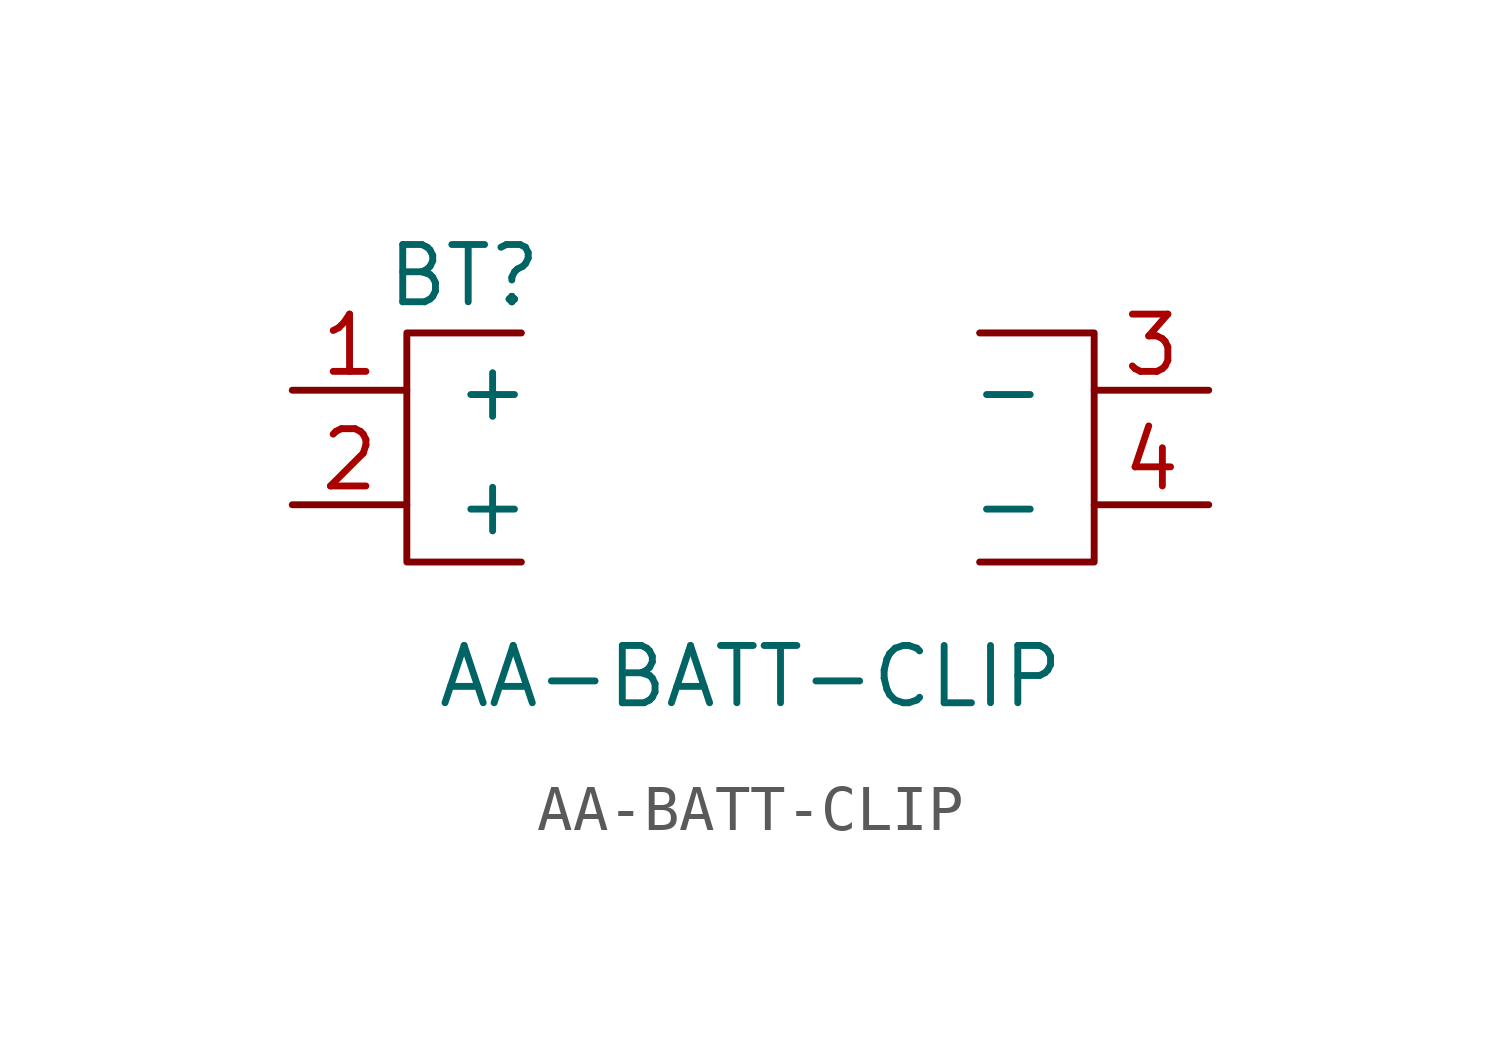
<source format=kicad_sym>
(kicad_symbol_lib
  (version 20220914)
  (generator kicad_symbol_editor)
  (symbol "AA-BATT-CLIP"
    (pin_names
      (offset 1.016))
    (property "Reference" "BT"
      (at -6.35 3.81 0)
      (effects (font (size 1.27 1.27))))
    (property "Value" "AA-BATT-CLIP"
      (at 0 -5.08 0)
      (effects (font (size 1.27 1.27))))
    (symbol "AA-BATT-CLIP_0_1"
      (polyline (pts (xy -5.08 2.54) (xy -7.62 2.54) (xy -7.62 -2.54) (xy -5.08 -2.54)) (stroke (width 0) (type solid)) (fill (type none)))
      (polyline (pts (xy 5.08 -2.54) (xy 7.62 -2.54) (xy 7.62 2.54) (xy 5.08 2.54)) (stroke (width 0) (type solid)) (fill (type none))))
    (symbol "AA-BATT-CLIP_1_1"
      (pin power_out line (at -10.16 1.27 0) (length 2.54) (name "+" (effects (font (size 1.27 1.27)))) (number "1" (effects (font (size 1.27 1.27)))))
      (pin power_out line (at -10.16 -1.27 0) (length 2.54) (name "+" (effects (font (size 1.27 1.27)))) (number "2" (effects (font (size 1.27 1.27)))))
      (pin power_out line (at 10.16 1.27 180) (length 2.54) (name "-" (effects (font (size 1.27 1.27)))) (number "3" (effects (font (size 1.27 1.27)))))
      (pin power_out line (at 10.16 -1.27 180) (length 2.54) (name "-" (effects (font (size 1.27 1.27)))) (number "4" (effects (font (size 1.27 1.27))))))))
</source>
